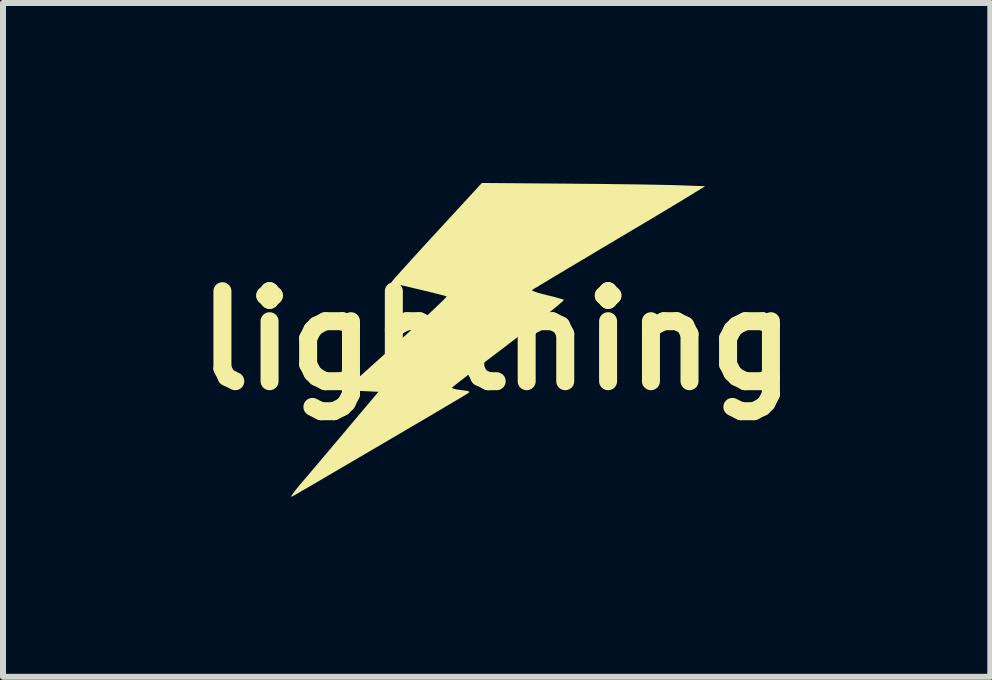
<source format=kicad_pcb>
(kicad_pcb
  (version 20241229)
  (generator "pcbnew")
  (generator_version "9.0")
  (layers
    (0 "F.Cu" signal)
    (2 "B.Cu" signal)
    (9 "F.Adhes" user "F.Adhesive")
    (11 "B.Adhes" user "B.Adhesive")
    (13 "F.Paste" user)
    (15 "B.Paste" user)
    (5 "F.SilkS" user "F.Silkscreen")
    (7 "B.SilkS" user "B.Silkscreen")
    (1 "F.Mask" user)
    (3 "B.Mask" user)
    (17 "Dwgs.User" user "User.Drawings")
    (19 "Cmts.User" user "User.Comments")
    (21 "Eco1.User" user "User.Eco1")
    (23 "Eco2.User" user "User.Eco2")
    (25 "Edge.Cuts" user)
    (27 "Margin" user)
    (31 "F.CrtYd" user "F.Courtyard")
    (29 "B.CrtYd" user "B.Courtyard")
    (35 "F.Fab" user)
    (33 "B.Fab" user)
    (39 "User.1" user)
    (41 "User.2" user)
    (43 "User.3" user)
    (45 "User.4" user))
  (footprint "lightning"
    (layer "F.Cu")
    (at 5.229 2.626)
    (property "Reference" "lightning" (at 0 0 0) (layer "F.SilkS") (effects (font (size 1.5 1.5) (thickness 0.3))))
    (attr board_only exclude_from_pos_files exclude_from_bom)
    (fp_poly (pts (xy 1.172 -2.615) (xy 1.462 -2.612) (xy 1.751 -2.61) (xy 2.029 -2.606) (xy 2.291 -2.603) (xy 2.529 -2.599) (xy 2.735 -2.595) (xy 2.902 -2.592) (xy 3.023 -2.588) (xy 3.033 -2.588) (xy 3.475 -2.572) (xy 3.21 -2.409) (xy 3.133 -2.362) (xy 3.015 -2.291) (xy 2.862 -2.199) (xy 2.68 -2.09) (xy 2.475 -1.967) (xy 2.252 -1.835) (xy 2.018 -1.696) (xy 1.778 -1.553) (xy 1.777 -1.553) (xy 1.548 -1.416) (xy 1.333 -1.288) (xy 1.136 -1.171) (xy 0.962 -1.067) (xy 0.816 -0.979) (xy 0.703 -0.911) (xy 0.625 -0.864) (xy 0.59 -0.842) (xy 0.588 -0.84) (xy 0.603 -0.826) (xy 0.661 -0.804) (xy 0.752 -0.778) (xy 0.832 -0.758) (xy 0.947 -0.73) (xy 1.041 -0.704) (xy 1.104 -0.685) (xy 1.121 -0.677) (xy 1.105 -0.658) (xy 1.049 -0.609) (xy 0.959 -0.534) (xy 0.838 -0.437) (xy 0.691 -0.321) (xy 0.522 -0.19) (xy 0.335 -0.047) (xy 0.205 0.053) (xy 0.008 0.203) (xy -0.176 0.343) (xy -0.342 0.47) (xy -0.485 0.58) (xy -0.601 0.67) (xy -0.686 0.737) (xy -0.735 0.776) (xy -0.746 0.786) (xy -0.728 0.8) (xy -0.67 0.815) (xy -0.593 0.826) (xy -0.504 0.837) (xy -0.462 0.848) (xy -0.458 0.863) (xy -0.478 0.88) (xy -0.513 0.901) (xy -0.589 0.947) (xy -0.703 1.014) (xy -0.848 1.1) (xy -1.02 1.202) (xy -1.213 1.316) (xy -1.424 1.439) (xy -1.646 1.57) (xy -1.875 1.704) (xy -2.105 1.839) (xy -2.332 1.972) (xy -2.551 2.1) (xy -2.756 2.22) (xy -2.943 2.33) (xy -3.106 2.425) (xy -3.241 2.503) (xy -3.342 2.562) (xy -3.405 2.597) (xy -3.419 2.605) (xy -3.426 2.599) (xy -3.402 2.558) (xy -3.35 2.49) (xy -3.276 2.399) (xy -3.252 2.371) (xy -3.173 2.279) (xy -3.066 2.153) (xy -2.939 2.003) (xy -2.798 1.836) (xy -2.651 1.662) (xy -2.505 1.489) (xy -2.497 1.479) (xy -1.971 0.855) (xy -2.254 0.841) (xy -2.536 0.828) (xy -1.676 0.054) (xy -1.495 -0.11) (xy -1.328 -0.262) (xy -1.178 -0.4) (xy -1.05 -0.519) (xy -0.949 -0.616) (xy -0.877 -0.686) (xy -0.84 -0.727) (xy -0.836 -0.735) (xy -0.867 -0.746) (xy -0.943 -0.766) (xy -1.053 -0.794) (xy -1.189 -0.827) (xy -1.303 -0.854) (xy -1.451 -0.889) (xy -1.579 -0.919) (xy -1.679 -0.944) (xy -1.742 -0.96) (xy -1.76 -0.965) (xy -1.744 -0.986) (xy -1.695 -1.043) (xy -1.617 -1.131) (xy -1.513 -1.246) (xy -1.388 -1.384) (xy -1.244 -1.542) (xy -1.087 -1.714) (xy -1.008 -1.799) (xy -0.247 -2.626)) (stroke (width 0) (type solid)) (fill yes) (layer "F.SilkS")))
  (gr_rect
    (start -3 -3)
    (end 13.457 8.231)
    (stroke (width 0.1) (type default))
    (fill no)
    (layer "Edge.Cuts")))
</source>
